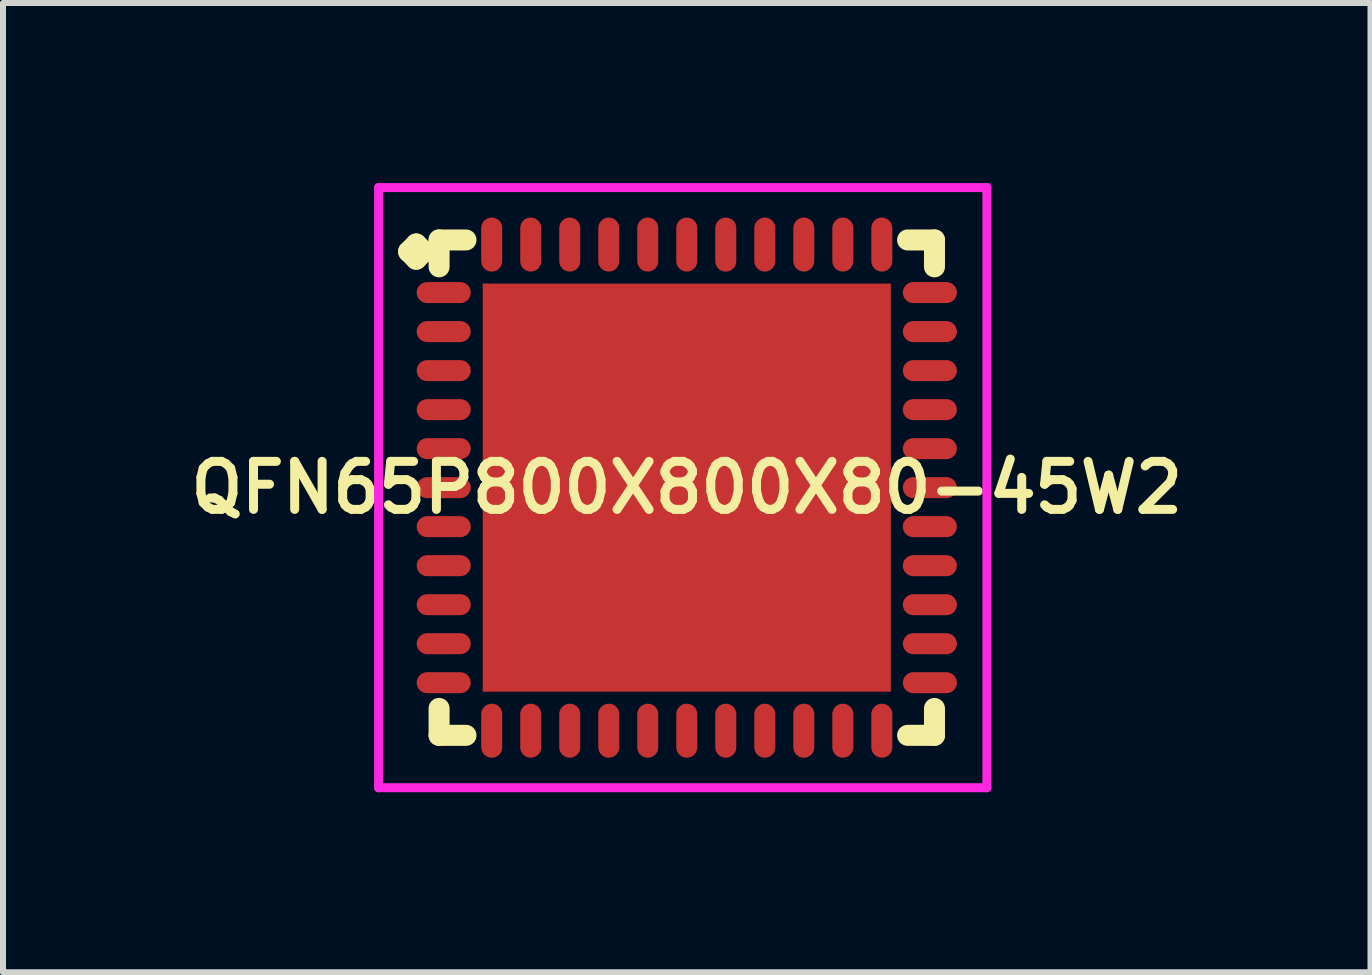
<source format=kicad_pcb>
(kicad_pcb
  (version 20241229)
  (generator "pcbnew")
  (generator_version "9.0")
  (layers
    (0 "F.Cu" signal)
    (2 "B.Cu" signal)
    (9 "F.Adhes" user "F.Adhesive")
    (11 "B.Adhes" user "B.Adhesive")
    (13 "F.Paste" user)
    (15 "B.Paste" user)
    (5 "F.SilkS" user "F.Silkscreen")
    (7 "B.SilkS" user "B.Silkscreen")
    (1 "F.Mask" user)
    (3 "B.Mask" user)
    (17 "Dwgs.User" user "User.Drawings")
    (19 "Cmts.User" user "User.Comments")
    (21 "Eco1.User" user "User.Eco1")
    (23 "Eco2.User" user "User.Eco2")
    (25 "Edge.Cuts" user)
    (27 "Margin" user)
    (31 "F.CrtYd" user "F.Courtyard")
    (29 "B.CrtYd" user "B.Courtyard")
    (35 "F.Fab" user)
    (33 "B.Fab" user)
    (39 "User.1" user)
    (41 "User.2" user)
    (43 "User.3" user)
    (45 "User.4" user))
  (footprint "QFN65P800X800X80-45W2"
    (layer "F.Cu")
    (at 8.393 5.075)
    (property "Reference" "QFN65P800X800X80-45W2" (at 0 0 0) (layer "F.SilkS") (effects (font (size 0.8 0.8) (thickness 0.15))))
    (attr smd)
    (fp_line (start -4.635 -3.933) (end -4.508 -4.06) (stroke (width 0.35) (type solid)) (layer "F.SilkS"))
    (fp_line (start -4.508 -4.06) (end -4.381 -3.933) (stroke (width 0.35) (type solid)) (layer "F.SilkS"))
    (fp_line (start -4.508 -3.806) (end -4.635 -3.933) (stroke (width 0.35) (type solid)) (layer "F.SilkS"))
    (fp_line (start -4.381 -3.933) (end -4.508 -3.806) (stroke (width 0.35) (type solid)) (layer "F.SilkS"))
    (fp_line (start -4.127 -4.127) (end -3.679 -4.127) (stroke (width 0.35) (type solid)) (layer "F.SilkS"))
    (fp_line (start -4.127 -3.679) (end -4.127 -4.127) (stroke (width 0.35) (type solid)) (layer "F.SilkS"))
    (fp_line (start -4.127 3.679) (end -4.127 4.127) (stroke (width 0.35) (type solid)) (layer "F.SilkS"))
    (fp_line (start -4.127 4.127) (end -3.679 4.127) (stroke (width 0.35) (type solid)) (layer "F.SilkS"))
    (fp_line (start 3.679 -4.127) (end 4.127 -4.127) (stroke (width 0.35) (type solid)) (layer "F.SilkS"))
    (fp_line (start 3.679 4.127) (end 4.127 4.127) (stroke (width 0.35) (type solid)) (layer "F.SilkS"))
    (fp_line (start 4.127 -4.127) (end 4.127 -3.679) (stroke (width 0.35) (type solid)) (layer "F.SilkS"))
    (fp_line (start 4.127 4.127) (end 4.127 3.679) (stroke (width 0.35) (type solid)) (layer "F.SilkS"))
    (fp_line (start -5.135 -5) (end 5 -5) (stroke (width 0.15) (type solid)) (layer "F.CrtYd"))
    (fp_line (start -5.135 5) (end -5.135 -5) (stroke (width 0.15) (type solid)) (layer "F.CrtYd"))
    (fp_line (start 5 -5) (end 5 5) (stroke (width 0.15) (type solid)) (layer "F.CrtYd"))
    (fp_line (start 5 5) (end -5.135 5) (stroke (width 0.15) (type solid)) (layer "F.CrtYd"))
    (pad "1" smd oval (at -4.05 -3.25) (size 0.9 0.35) (layers "F.Cu" "F.Mask" "F.Paste"))
    (pad "2" smd oval (at -4.05 -2.6) (size 0.9 0.35) (layers "F.Cu" "F.Mask" "F.Paste"))
    (pad "3" smd oval (at -4.05 -1.95) (size 0.9 0.35) (layers "F.Cu" "F.Mask" "F.Paste"))
    (pad "4" smd oval (at -4.05 -1.3) (size 0.9 0.35) (layers "F.Cu" "F.Mask" "F.Paste"))
    (pad "5" smd oval (at -4.05 -0.65) (size 0.9 0.35) (layers "F.Cu" "F.Mask" "F.Paste"))
    (pad "6" smd oval (at -4.05 0) (size 0.9 0.35) (layers "F.Cu" "F.Mask" "F.Paste"))
    (pad "7" smd oval (at -4.05 0.65) (size 0.9 0.35) (layers "F.Cu" "F.Mask" "F.Paste"))
    (pad "8" smd oval (at -4.05 1.3) (size 0.9 0.35) (layers "F.Cu" "F.Mask" "F.Paste"))
    (pad "9" smd oval (at -4.05 1.95) (size 0.9 0.35) (layers "F.Cu" "F.Mask" "F.Paste"))
    (pad "10" smd oval (at -4.05 2.6) (size 0.9 0.35) (layers "F.Cu" "F.Mask" "F.Paste"))
    (pad "11" smd oval (at -4.05 3.25) (size 0.9 0.35) (layers "F.Cu" "F.Mask" "F.Paste"))
    (pad "12" smd oval (at -3.25 4.05) (size 0.35 0.9) (layers "F.Cu" "F.Mask" "F.Paste"))
    (pad "13" smd oval (at -2.6 4.05) (size 0.35 0.9) (layers "F.Cu" "F.Mask" "F.Paste"))
    (pad "14" smd oval (at -1.95 4.05) (size 0.35 0.9) (layers "F.Cu" "F.Mask" "F.Paste"))
    (pad "15" smd oval (at -1.3 4.05) (size 0.35 0.9) (layers "F.Cu" "F.Mask" "F.Paste"))
    (pad "16" smd oval (at -0.65 4.05) (size 0.35 0.9) (layers "F.Cu" "F.Mask" "F.Paste"))
    (pad "17" smd oval (at 0 4.05) (size 0.35 0.9) (layers "F.Cu" "F.Mask" "F.Paste"))
    (pad "18" smd oval (at 0.65 4.05) (size 0.35 0.9) (layers "F.Cu" "F.Mask" "F.Paste"))
    (pad "19" smd oval (at 1.3 4.05) (size 0.35 0.9) (layers "F.Cu" "F.Mask" "F.Paste"))
    (pad "20" smd oval (at 1.95 4.05) (size 0.35 0.9) (layers "F.Cu" "F.Mask" "F.Paste"))
    (pad "21" smd oval (at 2.6 4.05) (size 0.35 0.9) (layers "F.Cu" "F.Mask" "F.Paste"))
    (pad "22" smd oval (at 3.25 4.05) (size 0.35 0.9) (layers "F.Cu" "F.Mask" "F.Paste"))
    (pad "23" smd oval (at 4.05 3.25) (size 0.9 0.35) (layers "F.Cu" "F.Mask" "F.Paste"))
    (pad "24" smd oval (at 4.05 2.6) (size 0.9 0.35) (layers "F.Cu" "F.Mask" "F.Paste"))
    (pad "25" smd oval (at 4.05 1.95) (size 0.9 0.35) (layers "F.Cu" "F.Mask" "F.Paste"))
    (pad "26" smd oval (at 4.05 1.3) (size 0.9 0.35) (layers "F.Cu" "F.Mask" "F.Paste"))
    (pad "27" smd oval (at 4.05 0.65) (size 0.9 0.35) (layers "F.Cu" "F.Mask" "F.Paste"))
    (pad "28" smd oval (at 4.05 0) (size 0.9 0.35) (layers "F.Cu" "F.Mask" "F.Paste"))
    (pad "29" smd oval (at 4.05 -0.65) (size 0.9 0.35) (layers "F.Cu" "F.Mask" "F.Paste"))
    (pad "30" smd oval (at 4.05 -1.3) (size 0.9 0.35) (layers "F.Cu" "F.Mask" "F.Paste"))
    (pad "31" smd oval (at 4.05 -1.95) (size 0.9 0.35) (layers "F.Cu" "F.Mask" "F.Paste"))
    (pad "32" smd oval (at 4.05 -2.6) (size 0.9 0.35) (layers "F.Cu" "F.Mask" "F.Paste"))
    (pad "33" smd oval (at 4.05 -3.25) (size 0.9 0.35) (layers "F.Cu" "F.Mask" "F.Paste"))
    (pad "34" smd oval (at 3.25 -4.05) (size 0.35 0.9) (layers "F.Cu" "F.Mask" "F.Paste"))
    (pad "35" smd oval (at 2.6 -4.05) (size 0.35 0.9) (layers "F.Cu" "F.Mask" "F.Paste"))
    (pad "36" smd oval (at 1.95 -4.05) (size 0.35 0.9) (layers "F.Cu" "F.Mask" "F.Paste"))
    (pad "37" smd oval (at 1.3 -4.05) (size 0.35 0.9) (layers "F.Cu" "F.Mask" "F.Paste"))
    (pad "38" smd oval (at 0.65 -4.05) (size 0.35 0.9) (layers "F.Cu" "F.Mask" "F.Paste"))
    (pad "39" smd oval (at 0 -4.05) (size 0.35 0.9) (layers "F.Cu" "F.Mask" "F.Paste"))
    (pad "40" smd oval (at -0.65 -4.05) (size 0.35 0.9) (layers "F.Cu" "F.Mask" "F.Paste"))
    (pad "41" smd oval (at -1.3 -4.05) (size 0.35 0.9) (layers "F.Cu" "F.Mask" "F.Paste"))
    (pad "42" smd oval (at -1.95 -4.05) (size 0.35 0.9) (layers "F.Cu" "F.Mask" "F.Paste"))
    (pad "43" smd oval (at -2.6 -4.05) (size 0.35 0.9) (layers "F.Cu" "F.Mask" "F.Paste"))
    (pad "44" smd oval (at -3.25 -4.05) (size 0.35 0.9) (layers "F.Cu" "F.Mask" "F.Paste"))
    (pad "45" smd rect (at 0 0) (size 6.8 6.8) (layers "F.Cu" "F.Mask" "F.Paste")))
  (gr_rect
    (start -3 -3)
    (end 19.785 13.15)
    (stroke (width 0.1) (type default))
    (fill no)
    (layer "Edge.Cuts")))
</source>
